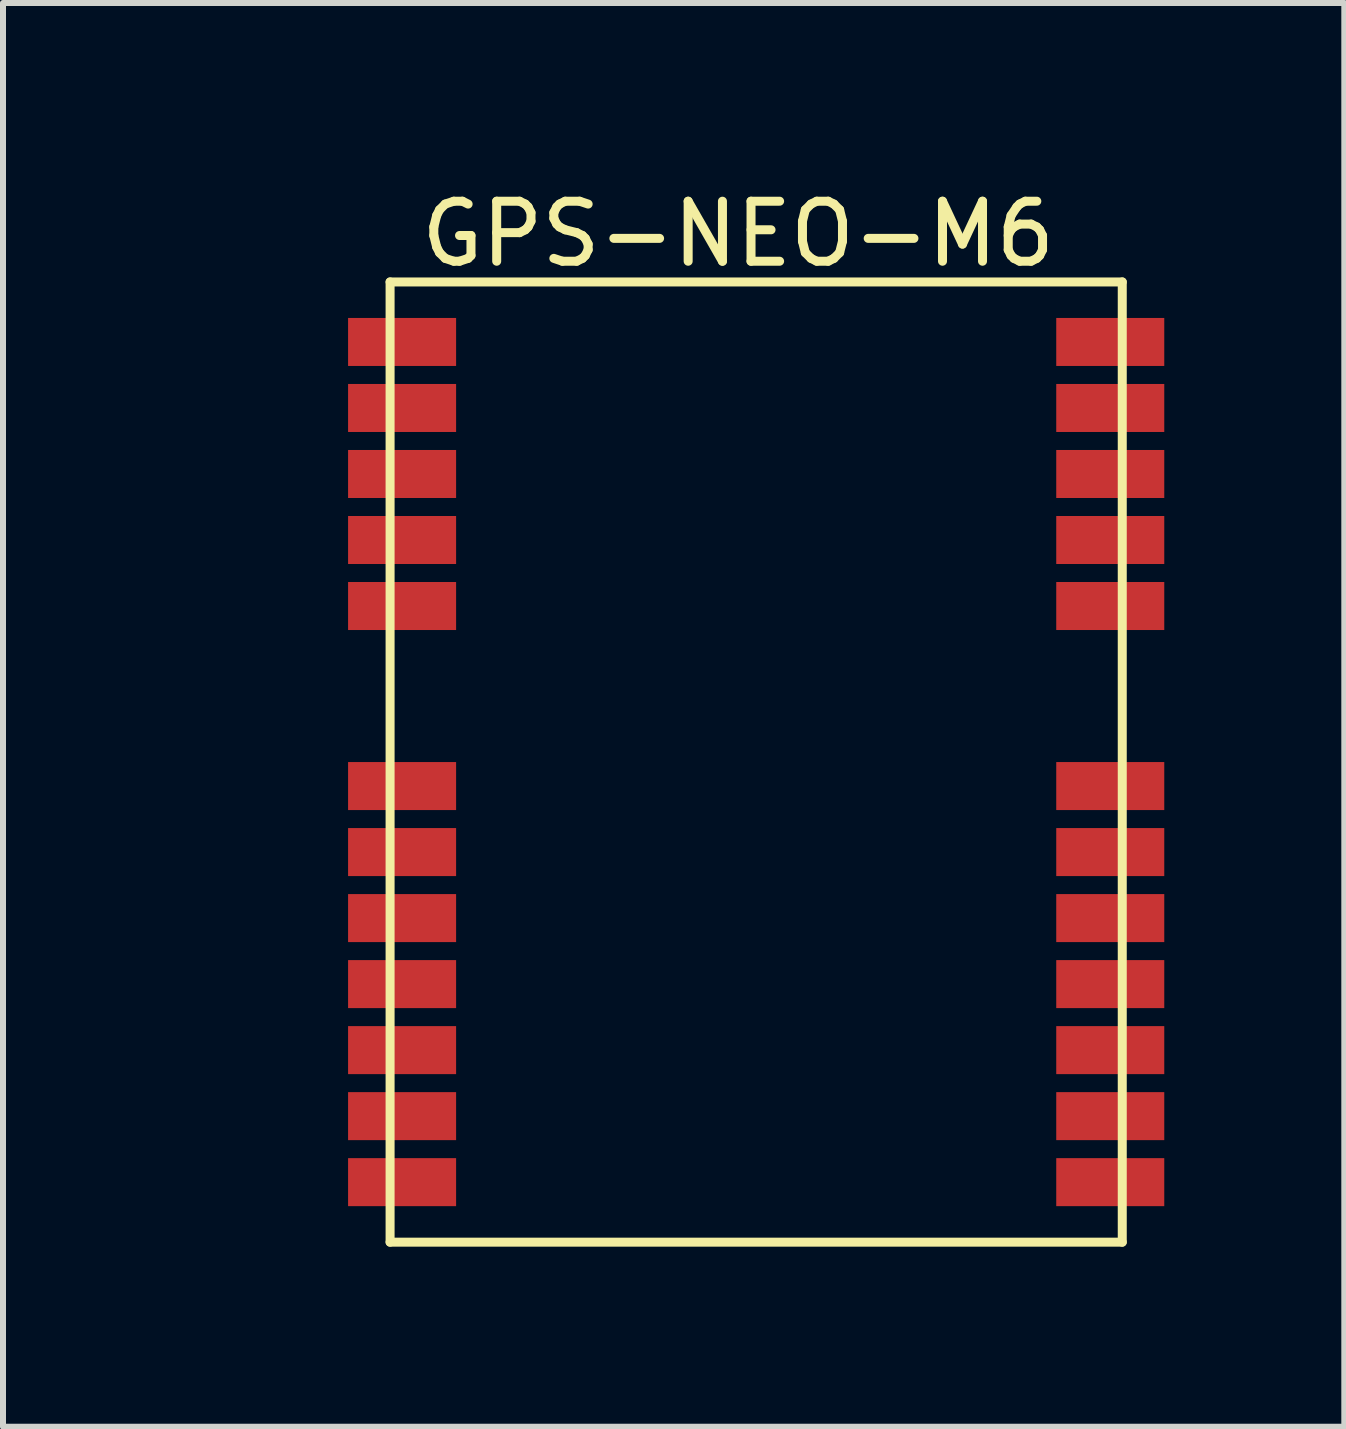
<source format=kicad_pcb>
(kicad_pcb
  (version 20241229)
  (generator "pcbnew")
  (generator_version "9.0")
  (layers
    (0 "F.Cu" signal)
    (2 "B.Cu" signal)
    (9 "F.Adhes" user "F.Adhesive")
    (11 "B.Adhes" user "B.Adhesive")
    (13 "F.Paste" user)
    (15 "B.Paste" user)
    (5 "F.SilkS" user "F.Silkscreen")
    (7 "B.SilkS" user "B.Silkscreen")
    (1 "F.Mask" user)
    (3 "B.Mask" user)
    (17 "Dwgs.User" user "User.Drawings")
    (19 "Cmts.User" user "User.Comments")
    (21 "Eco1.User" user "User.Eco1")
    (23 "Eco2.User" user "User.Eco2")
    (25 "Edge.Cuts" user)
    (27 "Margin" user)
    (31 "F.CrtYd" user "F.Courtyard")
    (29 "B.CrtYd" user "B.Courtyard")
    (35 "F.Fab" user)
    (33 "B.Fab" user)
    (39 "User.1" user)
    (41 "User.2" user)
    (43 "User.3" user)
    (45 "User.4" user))
  (footprint "GPS-NEO-M6"
    (layer "F.Cu")
    (at 0.25 11.848)
    (property "Reference" "GPS-NEO-M6" (at 9 -11 0) (layer "F.SilkS") (effects (font (size 1 1) (thickness 0.15))))
    (attr through_hole)
    (fp_line (start 3.2 -10.2) (end 3.2 5.8) (stroke (width 0.15) (type solid)) (layer "F.SilkS"))
    (fp_line (start 3.2 5.8) (end 15.4 5.8) (stroke (width 0.15) (type solid)) (layer "F.SilkS"))
    (fp_line (start 15.4 -10.2) (end 3.2 -10.2) (stroke (width 0.15) (type solid)) (layer "F.SilkS"))
    (fp_line (start 15.4 5.8) (end 15.4 -10.2) (stroke (width 0.15) (type solid)) (layer "F.SilkS"))
    (pad "1" smd rect (at 15.2 4.8) (size 1.8 0.8) (layers "F.Cu" "F.Mask" "F.Paste"))
    (pad "2" smd rect (at 15.2 3.7) (size 1.8 0.8) (layers "F.Cu" "F.Mask" "F.Paste"))
    (pad "3" smd rect (at 15.2 2.6) (size 1.8 0.8) (layers "F.Cu" "F.Mask" "F.Paste"))
    (pad "4" smd rect (at 15.2 1.5) (size 1.8 0.8) (layers "F.Cu" "F.Mask" "F.Paste"))
    (pad "5" smd rect (at 15.2 0.4) (size 1.8 0.8) (layers "F.Cu" "F.Mask" "F.Paste"))
    (pad "6" smd rect (at 15.2 -0.7) (size 1.8 0.8) (layers "F.Cu" "F.Mask" "F.Paste"))
    (pad "7" smd rect (at 15.2 -1.8) (size 1.8 0.8) (layers "F.Cu" "F.Mask" "F.Paste"))
    (pad "8" smd rect (at 15.2 -4.8) (size 1.8 0.8) (layers "F.Cu" "F.Mask" "F.Paste"))
    (pad "9" smd rect (at 15.2 -5.9) (size 1.8 0.8) (layers "F.Cu" "F.Mask" "F.Paste"))
    (pad "10" smd rect (at 15.2 -7) (size 1.8 0.8) (layers "F.Cu" "F.Mask" "F.Paste"))
    (pad "11" smd rect (at 15.2 -8.1) (size 1.8 0.8) (layers "F.Cu" "F.Mask" "F.Paste"))
    (pad "12" smd rect (at 15.2 -9.2) (size 1.8 0.8) (layers "F.Cu" "F.Mask" "F.Paste"))
    (pad "13" smd rect (at 3.4 -9.2) (size 1.8 0.8) (layers "F.Cu" "F.Mask" "F.Paste"))
    (pad "14" smd rect (at 3.4 -8.1) (size 1.8 0.8) (layers "F.Cu" "F.Mask" "F.Paste"))
    (pad "15" smd rect (at 3.4 -7) (size 1.8 0.8) (layers "F.Cu" "F.Mask" "F.Paste"))
    (pad "16" smd rect (at 3.4 -5.9) (size 1.8 0.8) (layers "F.Cu" "F.Mask" "F.Paste"))
    (pad "17" smd rect (at 3.4 -4.8) (size 1.8 0.8) (layers "F.Cu" "F.Mask" "F.Paste"))
    (pad "18" smd rect (at 3.4 -1.8) (size 1.8 0.8) (layers "F.Cu" "F.Mask" "F.Paste"))
    (pad "19" smd rect (at 3.4 -0.7) (size 1.8 0.8) (layers "F.Cu" "F.Mask" "F.Paste"))
    (pad "20" smd rect (at 3.4 0.4) (size 1.8 0.8) (layers "F.Cu" "F.Mask" "F.Paste"))
    (pad "21" smd rect (at 3.4 1.5) (size 1.8 0.8) (layers "F.Cu" "F.Mask" "F.Paste"))
    (pad "22" smd rect (at 3.4 2.6) (size 1.8 0.8) (layers "F.Cu" "F.Mask" "F.Paste"))
    (pad "23" smd rect (at 3.4 3.7) (size 1.8 0.8) (layers "F.Cu" "F.Mask" "F.Paste"))
    (pad "24" smd rect (at 3.4 4.8) (size 1.8 0.8) (layers "F.Cu" "F.Mask" "F.Paste")))
  (gr_rect
    (start -3 -3)
    (end 19.35 20.723)
    (stroke (width 0.1) (type default))
    (fill no)
    (layer "Edge.Cuts")))
</source>
